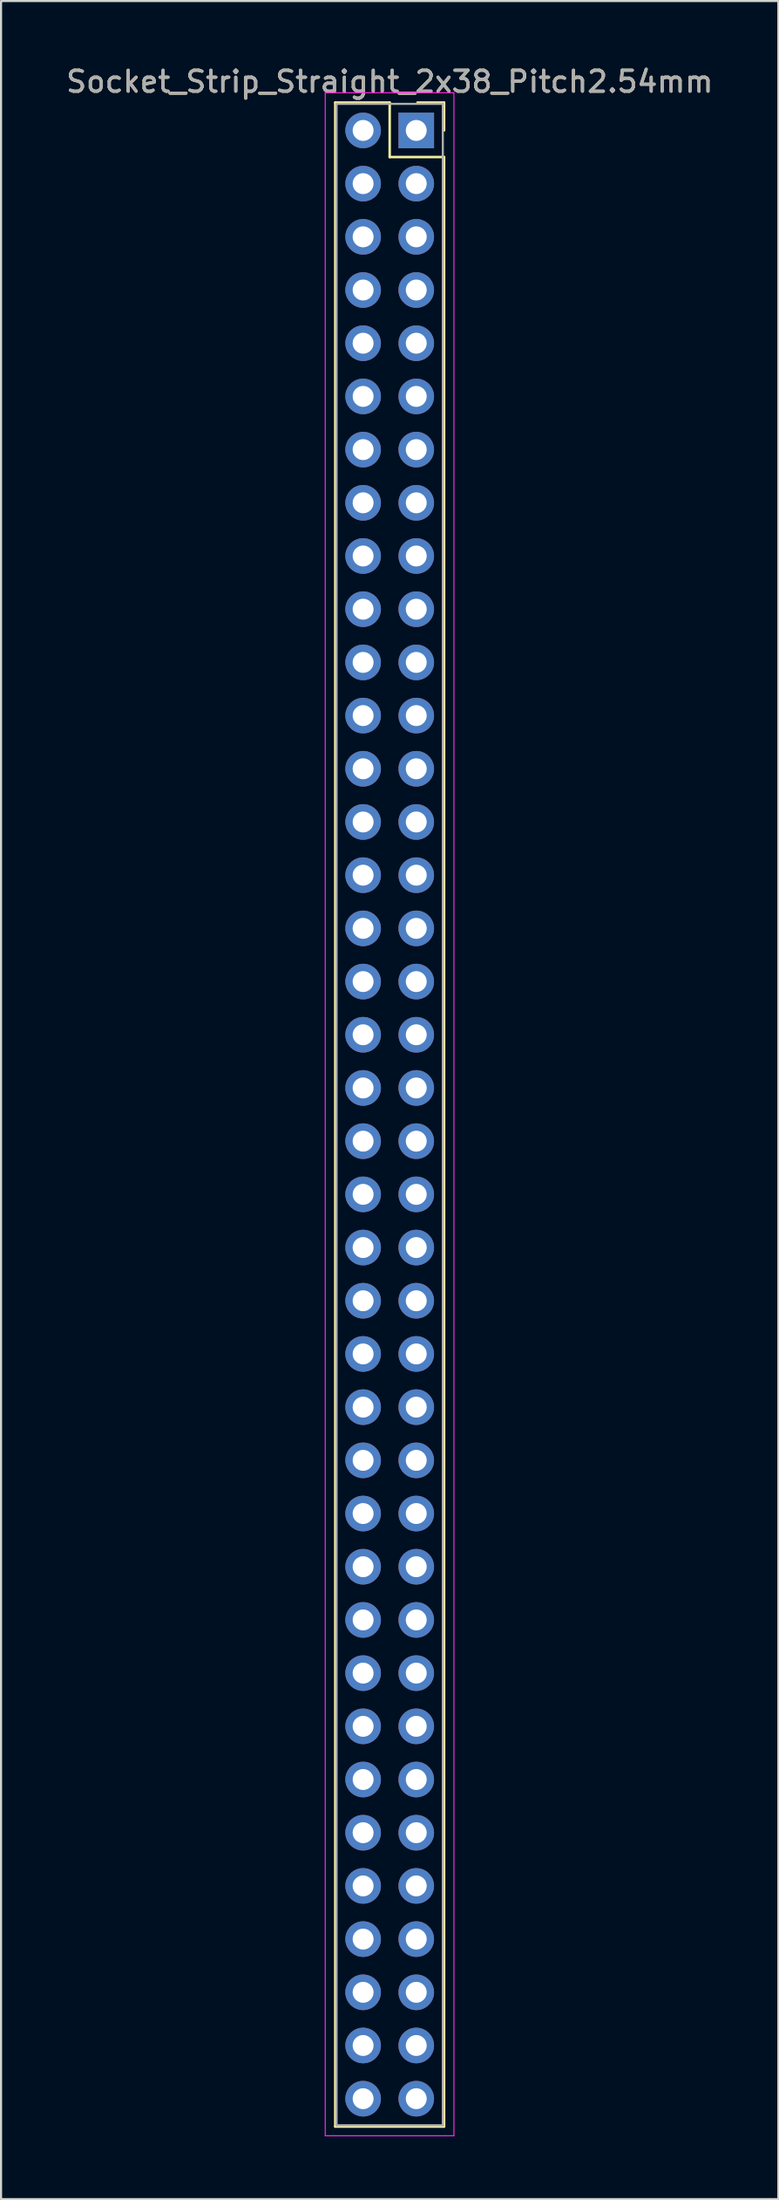
<source format=kicad_pcb>
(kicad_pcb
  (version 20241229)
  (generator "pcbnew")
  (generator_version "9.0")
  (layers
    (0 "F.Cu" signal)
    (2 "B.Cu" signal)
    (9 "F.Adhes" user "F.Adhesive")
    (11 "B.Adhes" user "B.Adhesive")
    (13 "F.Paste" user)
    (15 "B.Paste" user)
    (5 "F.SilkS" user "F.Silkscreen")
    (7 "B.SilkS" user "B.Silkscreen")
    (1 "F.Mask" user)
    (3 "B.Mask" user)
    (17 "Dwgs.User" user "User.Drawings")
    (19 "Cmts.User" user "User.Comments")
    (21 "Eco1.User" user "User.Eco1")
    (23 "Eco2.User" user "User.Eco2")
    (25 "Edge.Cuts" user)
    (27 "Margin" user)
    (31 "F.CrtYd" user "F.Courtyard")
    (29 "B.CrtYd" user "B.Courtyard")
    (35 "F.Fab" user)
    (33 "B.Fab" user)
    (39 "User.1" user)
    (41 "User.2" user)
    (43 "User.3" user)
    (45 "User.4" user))
  (footprint "Socket_Strip_Straight_2x38_Pitch2.54mm"
    (layer "F.Cu")
    (at 16.847 3.178)
    (property "Reference" "Socket_Strip_Straight_2x38_Pitch2.54mm" (at -1.27 -2.33 0) (layer "F.SilkS") (effects (font (size 1 1) (thickness 0.15))))
    (attr through_hole)
    (fp_line (start -3.87 -1.33) (end -1.27 -1.33) (stroke (width 0.12) (type solid)) (layer "F.SilkS"))
    (fp_line (start -3.87 95.31) (end -3.87 -1.33) (stroke (width 0.12) (type solid)) (layer "F.SilkS"))
    (fp_line (start -1.27 -1.33) (end -1.27 1.27) (stroke (width 0.12) (type solid)) (layer "F.SilkS"))
    (fp_line (start -1.27 1.27) (end 1.33 1.27) (stroke (width 0.12) (type solid)) (layer "F.SilkS"))
    (fp_line (start 1.33 -1.33) (end 0.06 -1.33) (stroke (width 0.12) (type solid)) (layer "F.SilkS"))
    (fp_line (start 1.33 0) (end 1.33 -1.33) (stroke (width 0.12) (type solid)) (layer "F.SilkS"))
    (fp_line (start 1.33 1.27) (end 1.33 95.31) (stroke (width 0.12) (type solid)) (layer "F.SilkS"))
    (fp_line (start 1.33 95.31) (end -3.87 95.31) (stroke (width 0.12) (type solid)) (layer "F.SilkS"))
    (fp_line (start -4.35 -1.8) (end -4.35 95.75) (stroke (width 0.05) (type solid)) (layer "F.CrtYd"))
    (fp_line (start -4.35 95.75) (end 1.8 95.75) (stroke (width 0.05) (type solid)) (layer "F.CrtYd"))
    (fp_line (start 1.8 -1.8) (end -4.35 -1.8) (stroke (width 0.05) (type solid)) (layer "F.CrtYd"))
    (fp_line (start 1.8 95.75) (end 1.8 -1.8) (stroke (width 0.05) (type solid)) (layer "F.CrtYd"))
    (fp_line (start -3.81 -1.27) (end -3.81 95.25) (stroke (width 0.1) (type solid)) (layer "F.Fab"))
    (fp_line (start -3.81 95.25) (end 1.27 95.25) (stroke (width 0.1) (type solid)) (layer "F.Fab"))
    (fp_line (start 1.27 -1.27) (end -3.81 -1.27) (stroke (width 0.1) (type solid)) (layer "F.Fab"))
    (fp_line (start 1.27 95.25) (end 1.27 -1.27) (stroke (width 0.1) (type solid)) (layer "F.Fab"))
    (fp_text user "${REFERENCE}" (at -1.27 -2.33 0) (layer "F.Fab") (effects (font (size 1 1) (thickness 0.15))))
    (pad "1" thru_hole rect (at 0 0) (size 1.7 1.7) (drill 1) (layers "*.Cu" "*.Mask"))
    (pad "2" thru_hole oval (at -2.54 0) (size 1.7 1.7) (drill 1) (layers "*.Cu" "*.Mask"))
    (pad "3" thru_hole oval (at 0 2.54) (size 1.7 1.7) (drill 1) (layers "*.Cu" "*.Mask"))
    (pad "4" thru_hole oval (at -2.54 2.54) (size 1.7 1.7) (drill 1) (layers "*.Cu" "*.Mask"))
    (pad "5" thru_hole oval (at 0 5.08) (size 1.7 1.7) (drill 1) (layers "*.Cu" "*.Mask"))
    (pad "6" thru_hole oval (at -2.54 5.08) (size 1.7 1.7) (drill 1) (layers "*.Cu" "*.Mask"))
    (pad "7" thru_hole oval (at 0 7.62) (size 1.7 1.7) (drill 1) (layers "*.Cu" "*.Mask"))
    (pad "8" thru_hole oval (at -2.54 7.62) (size 1.7 1.7) (drill 1) (layers "*.Cu" "*.Mask"))
    (pad "9" thru_hole oval (at 0 10.16) (size 1.7 1.7) (drill 1) (layers "*.Cu" "*.Mask"))
    (pad "10" thru_hole oval (at -2.54 10.16) (size 1.7 1.7) (drill 1) (layers "*.Cu" "*.Mask"))
    (pad "11" thru_hole oval (at 0 12.7) (size 1.7 1.7) (drill 1) (layers "*.Cu" "*.Mask"))
    (pad "12" thru_hole oval (at -2.54 12.7) (size 1.7 1.7) (drill 1) (layers "*.Cu" "*.Mask"))
    (pad "13" thru_hole oval (at 0 15.24) (size 1.7 1.7) (drill 1) (layers "*.Cu" "*.Mask"))
    (pad "14" thru_hole oval (at -2.54 15.24) (size 1.7 1.7) (drill 1) (layers "*.Cu" "*.Mask"))
    (pad "15" thru_hole oval (at 0 17.78) (size 1.7 1.7) (drill 1) (layers "*.Cu" "*.Mask"))
    (pad "16" thru_hole oval (at -2.54 17.78) (size 1.7 1.7) (drill 1) (layers "*.Cu" "*.Mask"))
    (pad "17" thru_hole oval (at 0 20.32) (size 1.7 1.7) (drill 1) (layers "*.Cu" "*.Mask"))
    (pad "18" thru_hole oval (at -2.54 20.32) (size 1.7 1.7) (drill 1) (layers "*.Cu" "*.Mask"))
    (pad "19" thru_hole oval (at 0 22.86) (size 1.7 1.7) (drill 1) (layers "*.Cu" "*.Mask"))
    (pad "20" thru_hole oval (at -2.54 22.86) (size 1.7 1.7) (drill 1) (layers "*.Cu" "*.Mask"))
    (pad "21" thru_hole oval (at 0 25.4) (size 1.7 1.7) (drill 1) (layers "*.Cu" "*.Mask"))
    (pad "22" thru_hole oval (at -2.54 25.4) (size 1.7 1.7) (drill 1) (layers "*.Cu" "*.Mask"))
    (pad "23" thru_hole oval (at 0 27.94) (size 1.7 1.7) (drill 1) (layers "*.Cu" "*.Mask"))
    (pad "24" thru_hole oval (at -2.54 27.94) (size 1.7 1.7) (drill 1) (layers "*.Cu" "*.Mask"))
    (pad "25" thru_hole oval (at 0 30.48) (size 1.7 1.7) (drill 1) (layers "*.Cu" "*.Mask"))
    (pad "26" thru_hole oval (at -2.54 30.48) (size 1.7 1.7) (drill 1) (layers "*.Cu" "*.Mask"))
    (pad "27" thru_hole oval (at 0 33.02) (size 1.7 1.7) (drill 1) (layers "*.Cu" "*.Mask"))
    (pad "28" thru_hole oval (at -2.54 33.02) (size 1.7 1.7) (drill 1) (layers "*.Cu" "*.Mask"))
    (pad "29" thru_hole oval (at 0 35.56) (size 1.7 1.7) (drill 1) (layers "*.Cu" "*.Mask"))
    (pad "30" thru_hole oval (at -2.54 35.56) (size 1.7 1.7) (drill 1) (layers "*.Cu" "*.Mask"))
    (pad "31" thru_hole oval (at 0 38.1) (size 1.7 1.7) (drill 1) (layers "*.Cu" "*.Mask"))
    (pad "32" thru_hole oval (at -2.54 38.1) (size 1.7 1.7) (drill 1) (layers "*.Cu" "*.Mask"))
    (pad "33" thru_hole oval (at 0 40.64) (size 1.7 1.7) (drill 1) (layers "*.Cu" "*.Mask"))
    (pad "34" thru_hole oval (at -2.54 40.64) (size 1.7 1.7) (drill 1) (layers "*.Cu" "*.Mask"))
    (pad "35" thru_hole oval (at 0 43.18) (size 1.7 1.7) (drill 1) (layers "*.Cu" "*.Mask"))
    (pad "36" thru_hole oval (at -2.54 43.18) (size 1.7 1.7) (drill 1) (layers "*.Cu" "*.Mask"))
    (pad "37" thru_hole oval (at 0 45.72) (size 1.7 1.7) (drill 1) (layers "*.Cu" "*.Mask"))
    (pad "38" thru_hole oval (at -2.54 45.72) (size 1.7 1.7) (drill 1) (layers "*.Cu" "*.Mask"))
    (pad "39" thru_hole oval (at 0 48.26) (size 1.7 1.7) (drill 1) (layers "*.Cu" "*.Mask"))
    (pad "40" thru_hole oval (at -2.54 48.26) (size 1.7 1.7) (drill 1) (layers "*.Cu" "*.Mask"))
    (pad "41" thru_hole oval (at 0 50.8) (size 1.7 1.7) (drill 1) (layers "*.Cu" "*.Mask"))
    (pad "42" thru_hole oval (at -2.54 50.8) (size 1.7 1.7) (drill 1) (layers "*.Cu" "*.Mask"))
    (pad "43" thru_hole oval (at 0 53.34) (size 1.7 1.7) (drill 1) (layers "*.Cu" "*.Mask"))
    (pad "44" thru_hole oval (at -2.54 53.34) (size 1.7 1.7) (drill 1) (layers "*.Cu" "*.Mask"))
    (pad "45" thru_hole oval (at 0 55.88) (size 1.7 1.7) (drill 1) (layers "*.Cu" "*.Mask"))
    (pad "46" thru_hole oval (at -2.54 55.88) (size 1.7 1.7) (drill 1) (layers "*.Cu" "*.Mask"))
    (pad "47" thru_hole oval (at 0 58.42) (size 1.7 1.7) (drill 1) (layers "*.Cu" "*.Mask"))
    (pad "48" thru_hole oval (at -2.54 58.42) (size 1.7 1.7) (drill 1) (layers "*.Cu" "*.Mask"))
    (pad "49" thru_hole oval (at 0 60.96) (size 1.7 1.7) (drill 1) (layers "*.Cu" "*.Mask"))
    (pad "50" thru_hole oval (at -2.54 60.96) (size 1.7 1.7) (drill 1) (layers "*.Cu" "*.Mask"))
    (pad "51" thru_hole oval (at 0 63.5) (size 1.7 1.7) (drill 1) (layers "*.Cu" "*.Mask"))
    (pad "52" thru_hole oval (at -2.54 63.5) (size 1.7 1.7) (drill 1) (layers "*.Cu" "*.Mask"))
    (pad "53" thru_hole oval (at 0 66.04) (size 1.7 1.7) (drill 1) (layers "*.Cu" "*.Mask"))
    (pad "54" thru_hole oval (at -2.54 66.04) (size 1.7 1.7) (drill 1) (layers "*.Cu" "*.Mask"))
    (pad "55" thru_hole oval (at 0 68.58) (size 1.7 1.7) (drill 1) (layers "*.Cu" "*.Mask"))
    (pad "56" thru_hole oval (at -2.54 68.58) (size 1.7 1.7) (drill 1) (layers "*.Cu" "*.Mask"))
    (pad "57" thru_hole oval (at 0 71.12) (size 1.7 1.7) (drill 1) (layers "*.Cu" "*.Mask"))
    (pad "58" thru_hole oval (at -2.54 71.12) (size 1.7 1.7) (drill 1) (layers "*.Cu" "*.Mask"))
    (pad "59" thru_hole oval (at 0 73.66) (size 1.7 1.7) (drill 1) (layers "*.Cu" "*.Mask"))
    (pad "60" thru_hole oval (at -2.54 73.66) (size 1.7 1.7) (drill 1) (layers "*.Cu" "*.Mask"))
    (pad "61" thru_hole oval (at 0 76.2) (size 1.7 1.7) (drill 1) (layers "*.Cu" "*.Mask"))
    (pad "62" thru_hole oval (at -2.54 76.2) (size 1.7 1.7) (drill 1) (layers "*.Cu" "*.Mask"))
    (pad "63" thru_hole oval (at 0 78.74) (size 1.7 1.7) (drill 1) (layers "*.Cu" "*.Mask"))
    (pad "64" thru_hole oval (at -2.54 78.74) (size 1.7 1.7) (drill 1) (layers "*.Cu" "*.Mask"))
    (pad "65" thru_hole oval (at 0 81.28) (size 1.7 1.7) (drill 1) (layers "*.Cu" "*.Mask"))
    (pad "66" thru_hole oval (at -2.54 81.28) (size 1.7 1.7) (drill 1) (layers "*.Cu" "*.Mask"))
    (pad "67" thru_hole oval (at 0 83.82) (size 1.7 1.7) (drill 1) (layers "*.Cu" "*.Mask"))
    (pad "68" thru_hole oval (at -2.54 83.82) (size 1.7 1.7) (drill 1) (layers "*.Cu" "*.Mask"))
    (pad "69" thru_hole oval (at 0 86.36) (size 1.7 1.7) (drill 1) (layers "*.Cu" "*.Mask"))
    (pad "70" thru_hole oval (at -2.54 86.36) (size 1.7 1.7) (drill 1) (layers "*.Cu" "*.Mask"))
    (pad "71" thru_hole oval (at 0 88.9) (size 1.7 1.7) (drill 1) (layers "*.Cu" "*.Mask"))
    (pad "72" thru_hole oval (at -2.54 88.9) (size 1.7 1.7) (drill 1) (layers "*.Cu" "*.Mask"))
    (pad "73" thru_hole oval (at 0 91.44) (size 1.7 1.7) (drill 1) (layers "*.Cu" "*.Mask"))
    (pad "74" thru_hole oval (at -2.54 91.44) (size 1.7 1.7) (drill 1) (layers "*.Cu" "*.Mask"))
    (pad "75" thru_hole oval (at 0 93.98) (size 1.7 1.7) (drill 1) (layers "*.Cu" "*.Mask"))
    (pad "76" thru_hole oval (at -2.54 93.98) (size 1.7 1.7) (drill 1) (layers "*.Cu" "*.Mask")))
  (gr_rect
    (start -3 -3)
    (end 34.155 101.953)
    (stroke (width 0.1) (type default))
    (fill no)
    (layer "Edge.Cuts")))
</source>
